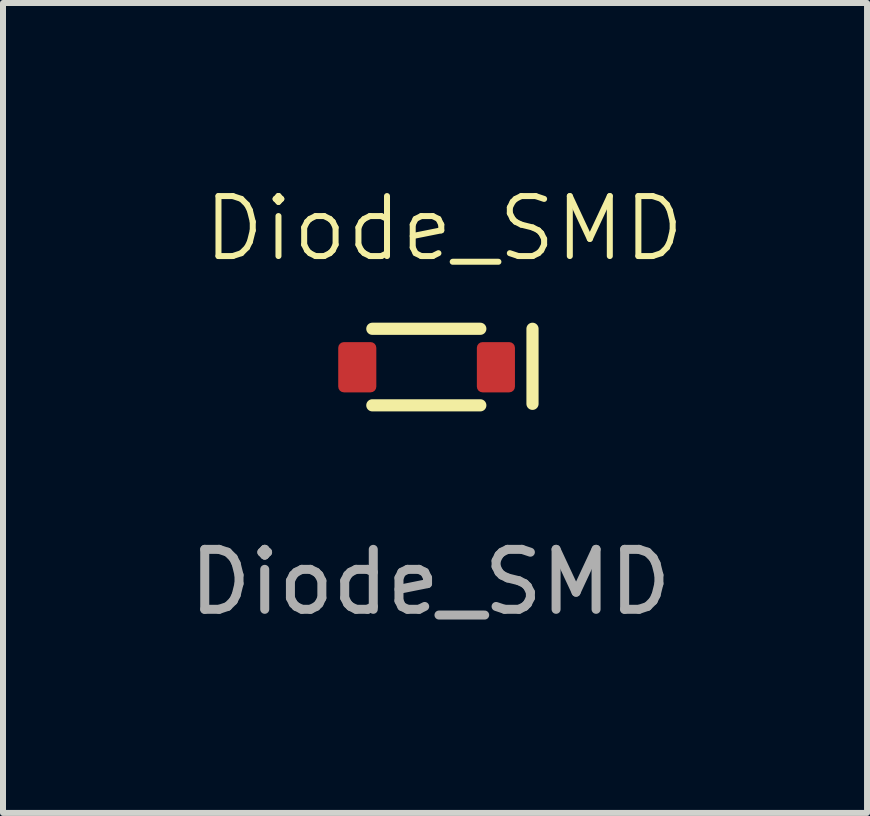
<source format=kicad_pcb>
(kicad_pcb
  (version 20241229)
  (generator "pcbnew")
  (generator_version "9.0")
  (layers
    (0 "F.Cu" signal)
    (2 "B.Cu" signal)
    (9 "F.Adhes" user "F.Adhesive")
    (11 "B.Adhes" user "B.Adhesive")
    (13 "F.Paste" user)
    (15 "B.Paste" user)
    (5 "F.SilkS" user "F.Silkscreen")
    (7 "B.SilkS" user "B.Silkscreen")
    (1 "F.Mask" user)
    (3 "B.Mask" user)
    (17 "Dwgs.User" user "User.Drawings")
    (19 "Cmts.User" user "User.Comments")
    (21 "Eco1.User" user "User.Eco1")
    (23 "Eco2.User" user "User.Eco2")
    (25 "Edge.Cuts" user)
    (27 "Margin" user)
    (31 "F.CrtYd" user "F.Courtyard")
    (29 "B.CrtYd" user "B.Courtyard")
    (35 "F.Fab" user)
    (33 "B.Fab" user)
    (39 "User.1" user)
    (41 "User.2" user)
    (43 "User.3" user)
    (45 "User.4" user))
  (footprint "Diode_SMD"
    (layer "F.Cu")
    (at 4.125 3.072)
    (property "Reference" "Diode_SMD" (at 0.229 -2.311 0) (unlocked yes) (layer "F.SilkS") (effects (font (size 1 1) (thickness 0.1))))
    (attr smd)
    (fp_line (start -0.968 -0.641) (end 0.832 -0.641) (stroke (width 0.203) (type solid)) (layer "F.SilkS"))
    (fp_line (start 0.832 0.635) (end -0.968 0.635) (stroke (width 0.203) (type solid)) (layer "F.SilkS"))
    (fp_line (start 1.702 -0.641) (end 1.702 0.61) (stroke (width 0.203) (type solid)) (layer "F.SilkS"))
    (fp_text user "${REFERENCE}" (at 0 3.581 0) (unlocked yes) (layer "F.Fab") (effects (font (size 1 1) (thickness 0.15))))
    (pad "1" smd roundrect (at 1.092 0) (size 0.635 0.838) (layers "F.Cu" "F.Mask" "F.Paste") (roundrect_rratio 0.15))
    (pad "2" smd roundrect (at -1.219 0) (size 0.635 0.838) (layers "F.Cu" "F.Mask" "F.Paste") (roundrect_rratio 0.15)))
  (gr_rect
    (start -3 -3)
    (end 11.404 10.502)
    (stroke (width 0.1) (type default))
    (fill no)
    (layer "Edge.Cuts")))
</source>
